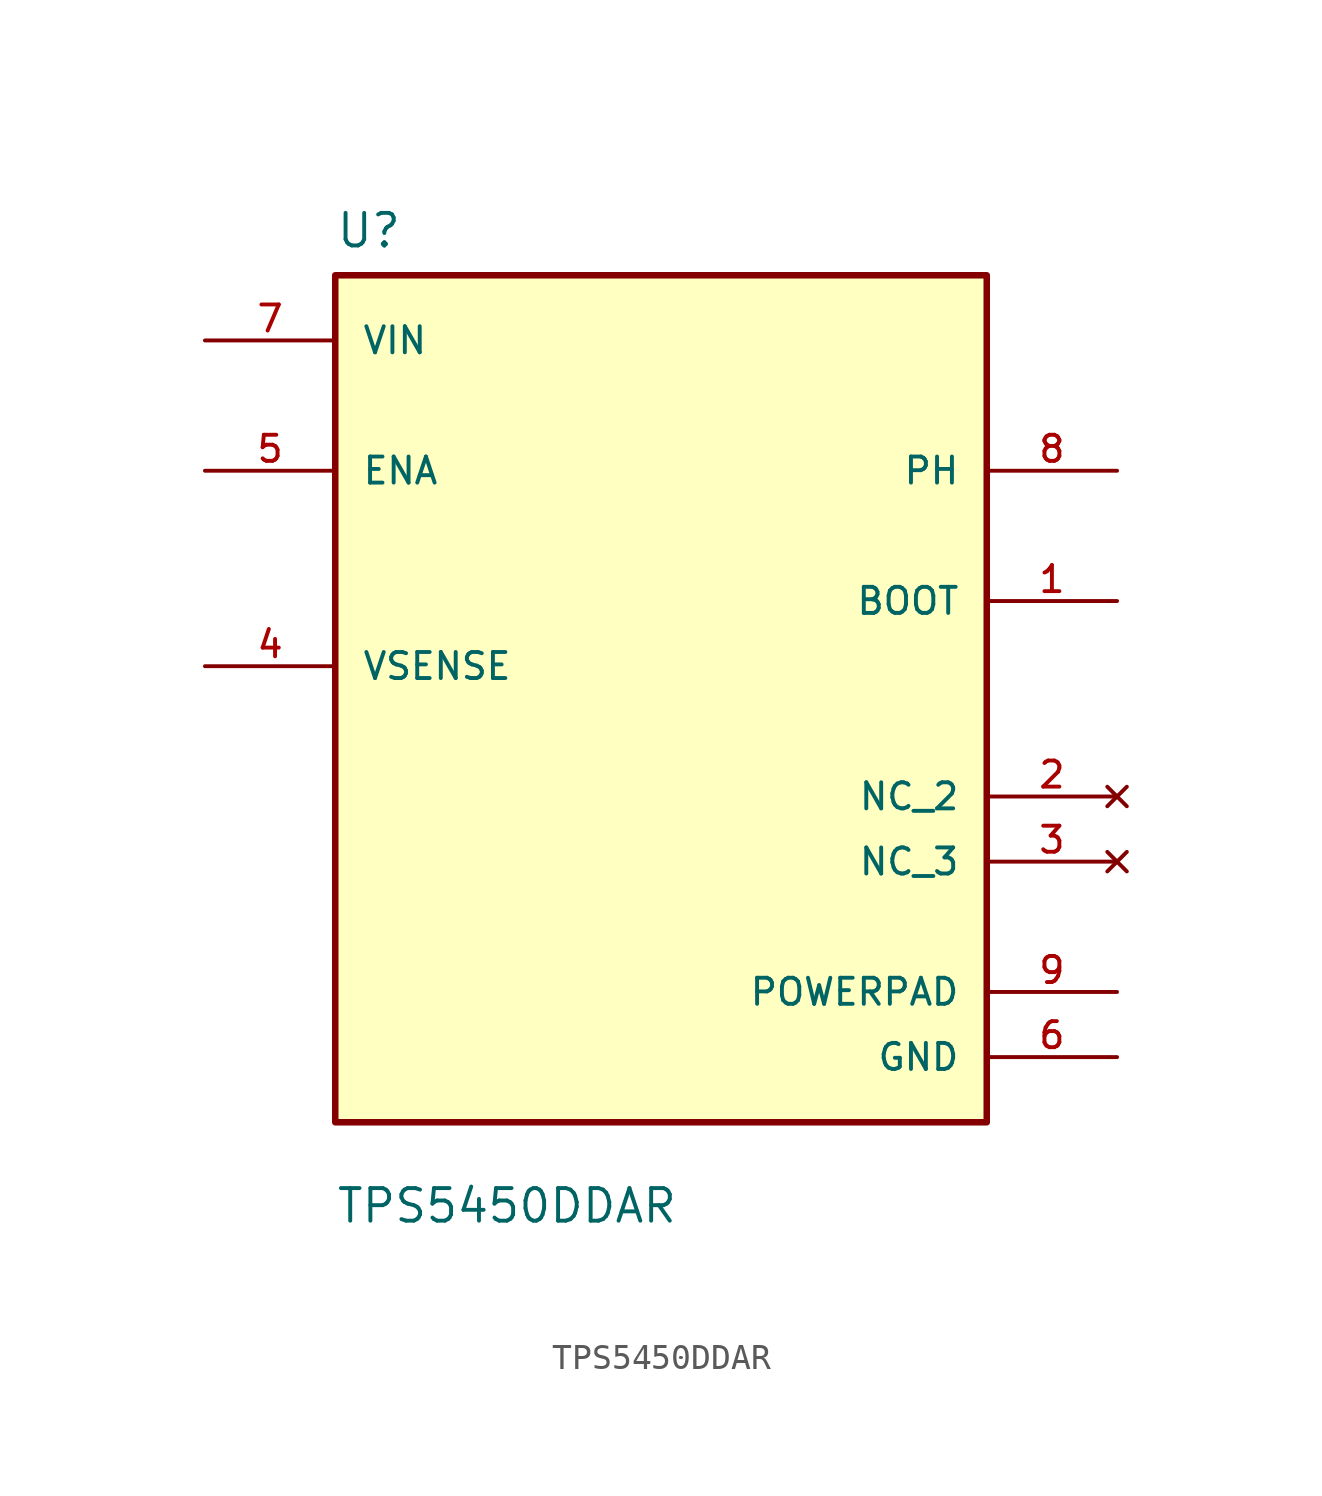
<source format=kicad_sym>
(kicad_symbol_lib
  (version 20231120)
  (generator "kicad_symbol_editor")
  (generator_version "8.0")
  (symbol "TPS5450DDAR"
    (pin_names
      (offset 1.016))
    (property "Reference" "U"
      (at -12.7 18.78 0)
      (effects (font (size 1.27 1.27)) (justify left bottom)))
    (property "Value" "TPS5450DDAR"
      (at -12.7 -19.24 0)
      (effects (font (size 1.27 1.27)) (justify left bottom)))
    (symbol "TPS5450DDAR_0_0"
      (rectangle (start -12.7 -15.24) (end 12.7 17.78) (stroke (width 0.254) (type default)) (fill (type background)))
      (pin output line (at 17.78 5.08 180) (length 5.08) (name "BOOT" (effects (font (size 1.016 1.016)))) (number "1" (effects (font (size 1.016 1.016)))))
      (pin no_connect line (at 17.78 -2.54 180) (length 5.08) (name "NC_2" (effects (font (size 1.016 1.016)))) (number "2" (effects (font (size 1.016 1.016)))))
      (pin no_connect line (at 17.78 -5.08 180) (length 5.08) (name "NC_3" (effects (font (size 1.016 1.016)))) (number "3" (effects (font (size 1.016 1.016)))))
      (pin input line (at -17.78 2.54 0) (length 5.08) (name "VSENSE" (effects (font (size 1.016 1.016)))) (number "4" (effects (font (size 1.016 1.016)))))
      (pin input line (at -17.78 10.16 0) (length 5.08) (name "ENA" (effects (font (size 1.016 1.016)))) (number "5" (effects (font (size 1.016 1.016)))))
      (pin power_in line (at 17.78 -12.7 180) (length 5.08) (name "GND" (effects (font (size 1.016 1.016)))) (number "6" (effects (font (size 1.016 1.016)))))
      (pin power_in line (at -17.78 15.24 0) (length 5.08) (name "VIN" (effects (font (size 1.016 1.016)))) (number "7" (effects (font (size 1.016 1.016)))))
      (pin output line (at 17.78 10.16 180) (length 5.08) (name "PH" (effects (font (size 1.016 1.016)))) (number "8" (effects (font (size 1.016 1.016)))))
      (pin power_in line (at 17.78 -10.16 180) (length 5.08) (name "POWERPAD" (effects (font (size 1.016 1.016)))) (number "9" (effects (font (size 1.016 1.016))))))))
</source>
